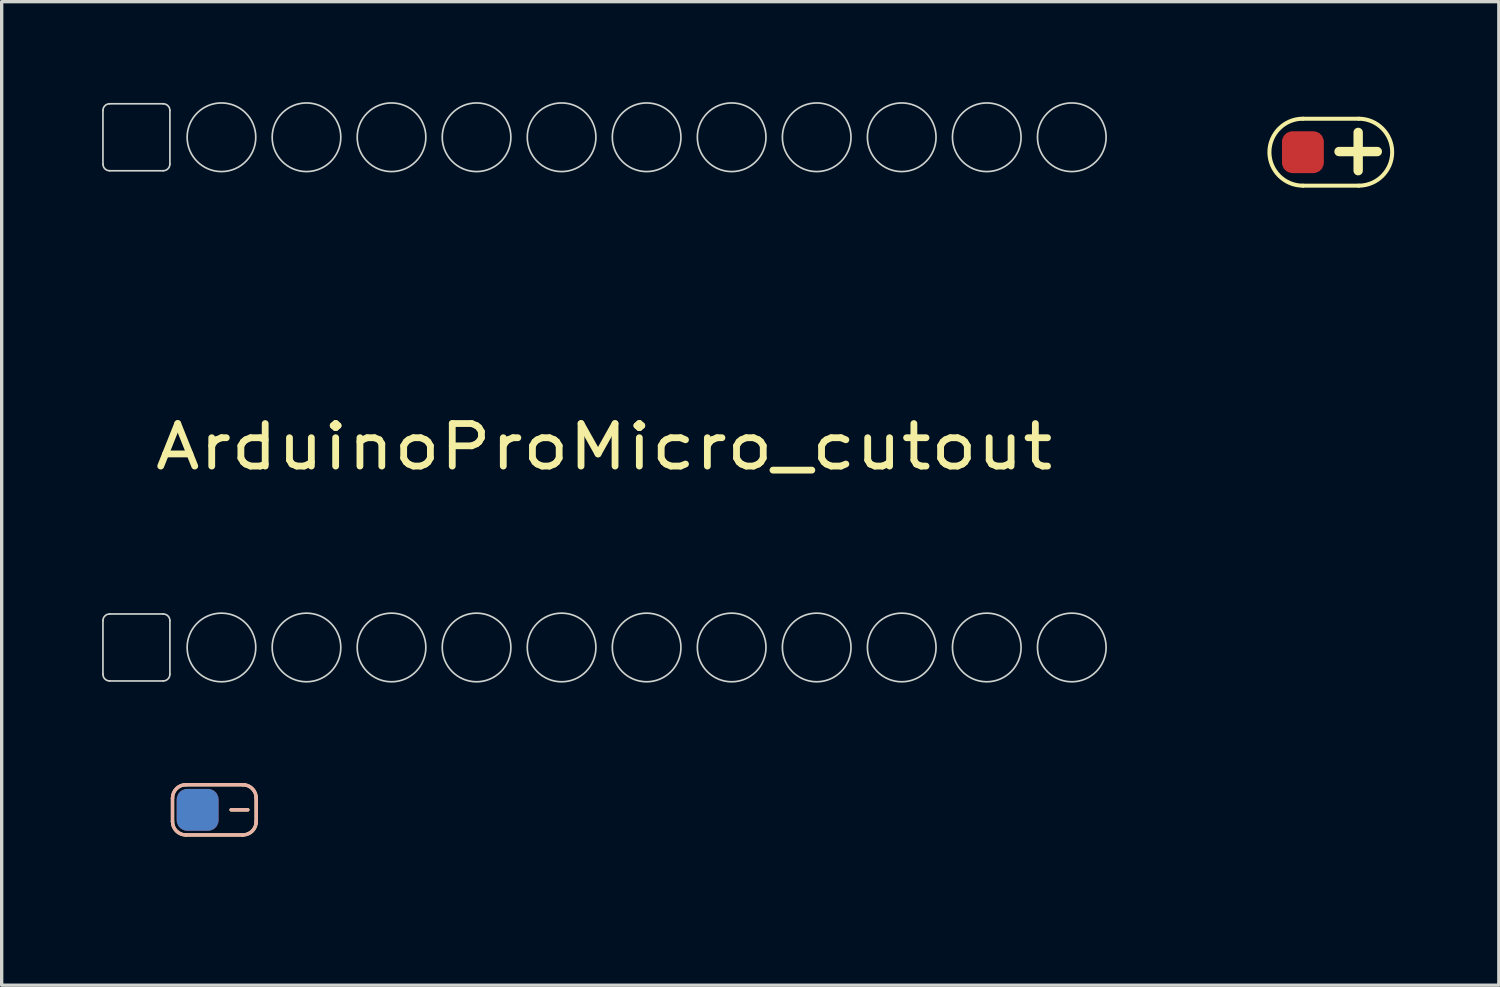
<source format=kicad_pcb>
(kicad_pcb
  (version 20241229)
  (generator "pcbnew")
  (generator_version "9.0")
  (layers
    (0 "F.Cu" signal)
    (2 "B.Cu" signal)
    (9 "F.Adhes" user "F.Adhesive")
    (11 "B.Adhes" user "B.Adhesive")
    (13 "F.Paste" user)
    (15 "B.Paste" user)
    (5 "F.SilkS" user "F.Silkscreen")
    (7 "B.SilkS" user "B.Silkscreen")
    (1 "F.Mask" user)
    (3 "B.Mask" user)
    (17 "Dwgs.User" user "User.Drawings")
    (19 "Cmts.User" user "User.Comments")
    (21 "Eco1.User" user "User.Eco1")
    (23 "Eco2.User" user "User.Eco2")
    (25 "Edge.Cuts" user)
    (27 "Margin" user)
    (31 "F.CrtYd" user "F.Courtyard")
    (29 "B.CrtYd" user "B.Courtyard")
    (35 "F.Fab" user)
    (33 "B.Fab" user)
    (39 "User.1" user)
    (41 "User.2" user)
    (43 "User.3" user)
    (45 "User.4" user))
  (footprint "bat_pin-"
    (layer "F.Cu")
    (at 2.853 21.14)
    (property "Reference" "bat_pin-" (at 0 1.5 0) (layer "User.1") (effects (font (size 0.813 0.813) (thickness 0.15))))
    (attr smd exclude_from_bom)
    (fp_line (start -0.75 0.35) (end -0.75 -0.35) (stroke (width 0.1) (type default)) (layer "F.SilkS"))
    (fp_line (start -0.35 -0.75) (end 1.35 -0.75) (stroke (width 0.1) (type default)) (layer "F.SilkS"))
    (fp_line (start 1 0) (end 1.5 0) (stroke (width 0.1) (type default)) (layer "F.SilkS"))
    (fp_line (start 1.35 0.75) (end -0.35 0.75) (stroke (width 0.1) (type default)) (layer "F.SilkS"))
    (fp_line (start 1.75 -0.35) (end 1.75 0.35) (stroke (width 0.1) (type default)) (layer "F.SilkS"))
    (fp_arc (start -0.75 -0.35) (mid -0.632843 -0.632843) (end -0.35 -0.75) (stroke (width 0.1) (type default)) (layer "F.SilkS"))
    (fp_arc (start -0.35 0.75) (mid -0.632843 0.632843) (end -0.75 0.35) (stroke (width 0.1) (type default)) (layer "F.SilkS"))
    (fp_arc (start 1.35 -0.75) (mid 1.632843 -0.632843) (end 1.75 -0.35) (stroke (width 0.1) (type default)) (layer "F.SilkS"))
    (fp_arc (start 1.75 0.35) (mid 1.632843 0.632843) (end 1.35 0.75) (stroke (width 0.1) (type default)) (layer "F.SilkS"))
    (fp_line (start -0.75 0.35) (end -0.75 -0.35) (stroke (width 0.1) (type default)) (layer "B.SilkS"))
    (fp_line (start -0.35 -0.75) (end 1.35 -0.75) (stroke (width 0.1) (type default)) (layer "B.SilkS"))
    (fp_line (start 1 0) (end 1.5 0) (stroke (width 0.1) (type default)) (layer "B.SilkS"))
    (fp_line (start 1.35 0.75) (end -0.35 0.75) (stroke (width 0.1) (type default)) (layer "B.SilkS"))
    (fp_line (start 1.75 -0.35) (end 1.75 0.35) (stroke (width 0.1) (type default)) (layer "B.SilkS"))
    (fp_arc (start -0.75 -0.35) (mid -0.632843 -0.632843) (end -0.35 -0.75) (stroke (width 0.1) (type default)) (layer "B.SilkS"))
    (fp_arc (start -0.35 0.75) (mid -0.632843 0.632843) (end -0.75 0.35) (stroke (width 0.1) (type default)) (layer "B.SilkS"))
    (fp_arc (start 1.35 -0.75) (mid 1.632843 -0.632843) (end 1.75 -0.35) (stroke (width 0.1) (type default)) (layer "B.SilkS"))
    (fp_arc (start 1.75 0.35) (mid 1.632843 0.632843) (end 1.35 0.75) (stroke (width 0.1) (type default)) (layer "B.SilkS"))
    (pad "1" smd roundrect (at 0 0) (size 1.25 1.25) (layers "F.Cu" "F.Mask" "F.Paste") (roundrect_rratio 0.25))
    (pad "1" smd roundrect (at 0 0) (size 1.25 1.25) (layers "B.Cu" "B.Mask" "B.Paste") (roundrect_rratio 0.25)))
  (footprint "bat_pin+"
    (layer "F.Cu")
    (at 35.868 1.496)
    (property "Reference" "bat_pin+" (at 0 1.5 0) (layer "User.1") (effects (font (size 0.813 0.813) (thickness 0.15))))
    (attr through_hole)
    (fp_line (start 1.667 -1) (end 0 -1) (stroke (width 0.12) (type solid)) (layer "F.SilkS"))
    (fp_line (start 1.667 1) (end 0 1) (stroke (width 0.12) (type solid)) (layer "F.SilkS"))
    (fp_arc (start 0 1) (mid -1 0) (end 0 -1) (stroke (width 0.12) (type solid)) (layer "F.SilkS"))
    (fp_arc (start 1.667 -1) (mid 2.667 0) (end 1.667 1) (stroke (width 0.12) (type solid)) (layer "F.SilkS"))
    (fp_text user "+" (at 1.651 -0.127 0) (unlocked yes) (layer "F.SilkS") (effects (font (size 1.5 1.5) (thickness 0.28))))
    (pad "1" smd roundrect (at 0 0) (size 1.25 1.25) (layers "F.Cu" "F.Mask" "F.Paste") (roundrect_rratio 0.25)))
  (footprint "ArduinoProMicro_cutout"
    (layer "F.Cu")
    (at 14.995 8.67)
    (property "Reference" "ArduinoProMicro_cutout" (at 0 1.625 0) (layer "F.SilkS") (effects (font (size 1.27 1.524) (thickness 0.203))))
    (attr through_hole)
    (fp_line (start -14.97 -6.82) (end -14.97 -8.42) (stroke (width 0.05) (type default)) (layer "Edge.Cuts"))
    (fp_line (start -14.97 8.42) (end -14.97 6.82) (stroke (width 0.05) (type default)) (layer "Edge.Cuts"))
    (fp_line (start -14.77 -8.62) (end -13.17 -8.62) (stroke (width 0.05) (type default)) (layer "Edge.Cuts"))
    (fp_line (start -14.77 6.62) (end -13.17 6.62) (stroke (width 0.05) (type default)) (layer "Edge.Cuts"))
    (fp_line (start -13.17 -6.62) (end -14.77 -6.62) (stroke (width 0.05) (type default)) (layer "Edge.Cuts"))
    (fp_line (start -13.17 8.62) (end -14.77 8.62) (stroke (width 0.05) (type default)) (layer "Edge.Cuts"))
    (fp_line (start -12.97 -8.42) (end -12.97 -6.82) (stroke (width 0.05) (type default)) (layer "Edge.Cuts"))
    (fp_line (start -12.97 6.82) (end -12.97 8.42) (stroke (width 0.05) (type default)) (layer "Edge.Cuts"))
    (fp_arc (start -14.97 -8.42) (mid -14.911421 -8.561421) (end -14.77 -8.62) (stroke (width 0.05) (type default)) (layer "Edge.Cuts"))
    (fp_arc (start -14.97 6.82) (mid -14.911421 6.678579) (end -14.77 6.62) (stroke (width 0.05) (type default)) (layer "Edge.Cuts"))
    (fp_arc (start -14.77 -6.62) (mid -14.911421 -6.678579) (end -14.97 -6.82) (stroke (width 0.05) (type default)) (layer "Edge.Cuts"))
    (fp_arc (start -14.77 8.62) (mid -14.911421 8.561421) (end -14.97 8.42) (stroke (width 0.05) (type default)) (layer "Edge.Cuts"))
    (fp_arc (start -13.17 -8.62) (mid -13.028579 -8.561421) (end -12.97 -8.42) (stroke (width 0.05) (type default)) (layer "Edge.Cuts"))
    (fp_arc (start -13.17 6.62) (mid -13.028579 6.678579) (end -12.97 6.82) (stroke (width 0.05) (type default)) (layer "Edge.Cuts"))
    (fp_arc (start -12.97 -6.82) (mid -13.028579 -6.678579) (end -13.17 -6.62) (stroke (width 0.05) (type default)) (layer "Edge.Cuts"))
    (fp_arc (start -12.97 8.42) (mid -13.028579 8.561421) (end -13.17 8.62) (stroke (width 0.05) (type default)) (layer "Edge.Cuts"))
    (fp_circle (center -11.43 -7.62) (end -10.405 -7.62) (stroke (width 0.05) (type default)) (fill no) (layer "Edge.Cuts"))
    (fp_circle (center -11.43 7.62) (end -10.405 7.62) (stroke (width 0.05) (type default)) (fill no) (layer "Edge.Cuts"))
    (fp_circle (center -8.89 -7.62) (end -7.865 -7.62) (stroke (width 0.05) (type default)) (fill no) (layer "Edge.Cuts"))
    (fp_circle (center -8.89 7.62) (end -7.865 7.62) (stroke (width 0.05) (type default)) (fill no) (layer "Edge.Cuts"))
    (fp_circle (center -6.35 -7.62) (end -5.325 -7.62) (stroke (width 0.05) (type default)) (fill no) (layer "Edge.Cuts"))
    (fp_circle (center -6.35 7.62) (end -5.325 7.62) (stroke (width 0.05) (type default)) (fill no) (layer "Edge.Cuts"))
    (fp_circle (center -3.81 -7.62) (end -2.785 -7.62) (stroke (width 0.05) (type default)) (fill no) (layer "Edge.Cuts"))
    (fp_circle (center -3.81 7.62) (end -2.785 7.62) (stroke (width 0.05) (type default)) (fill no) (layer "Edge.Cuts"))
    (fp_circle (center -1.27 -7.62) (end -0.245 -7.62) (stroke (width 0.05) (type default)) (fill no) (layer "Edge.Cuts"))
    (fp_circle (center -1.27 7.62) (end -0.245 7.62) (stroke (width 0.05) (type default)) (fill no) (layer "Edge.Cuts"))
    (fp_circle (center 1.27 -7.62) (end 2.295 -7.62) (stroke (width 0.05) (type default)) (fill no) (layer "Edge.Cuts"))
    (fp_circle (center 1.27 7.62) (end 2.295 7.62) (stroke (width 0.05) (type default)) (fill no) (layer "Edge.Cuts"))
    (fp_circle (center 3.81 -7.62) (end 4.835 -7.62) (stroke (width 0.05) (type default)) (fill no) (layer "Edge.Cuts"))
    (fp_circle (center 3.81 7.62) (end 4.835 7.62) (stroke (width 0.05) (type default)) (fill no) (layer "Edge.Cuts"))
    (fp_circle (center 6.35 -7.62) (end 7.375 -7.62) (stroke (width 0.05) (type default)) (fill no) (layer "Edge.Cuts"))
    (fp_circle (center 6.35 7.62) (end 7.375 7.62) (stroke (width 0.05) (type default)) (fill no) (layer "Edge.Cuts"))
    (fp_circle (center 8.89 -7.62) (end 9.915 -7.62) (stroke (width 0.05) (type default)) (fill no) (layer "Edge.Cuts"))
    (fp_circle (center 8.89 7.62) (end 9.915 7.62) (stroke (width 0.05) (type default)) (fill no) (layer "Edge.Cuts"))
    (fp_circle (center 11.43 -7.62) (end 12.455 -7.62) (stroke (width 0.05) (type default)) (fill no) (layer "Edge.Cuts"))
    (fp_circle (center 11.43 7.62) (end 12.455 7.62) (stroke (width 0.05) (type default)) (fill no) (layer "Edge.Cuts"))
    (fp_circle (center 13.97 -7.62) (end 14.995 -7.62) (stroke (width 0.05) (type default)) (fill no) (layer "Edge.Cuts"))
    (fp_circle (center 13.97 7.62) (end 14.995 7.62) (stroke (width 0.05) (type default)) (fill no) (layer "Edge.Cuts")))
  (gr_rect
    (start -3 -3)
    (end 41.721 26.379)
    (stroke (width 0.1) (type default))
    (fill no)
    (layer "Edge.Cuts")))
</source>
